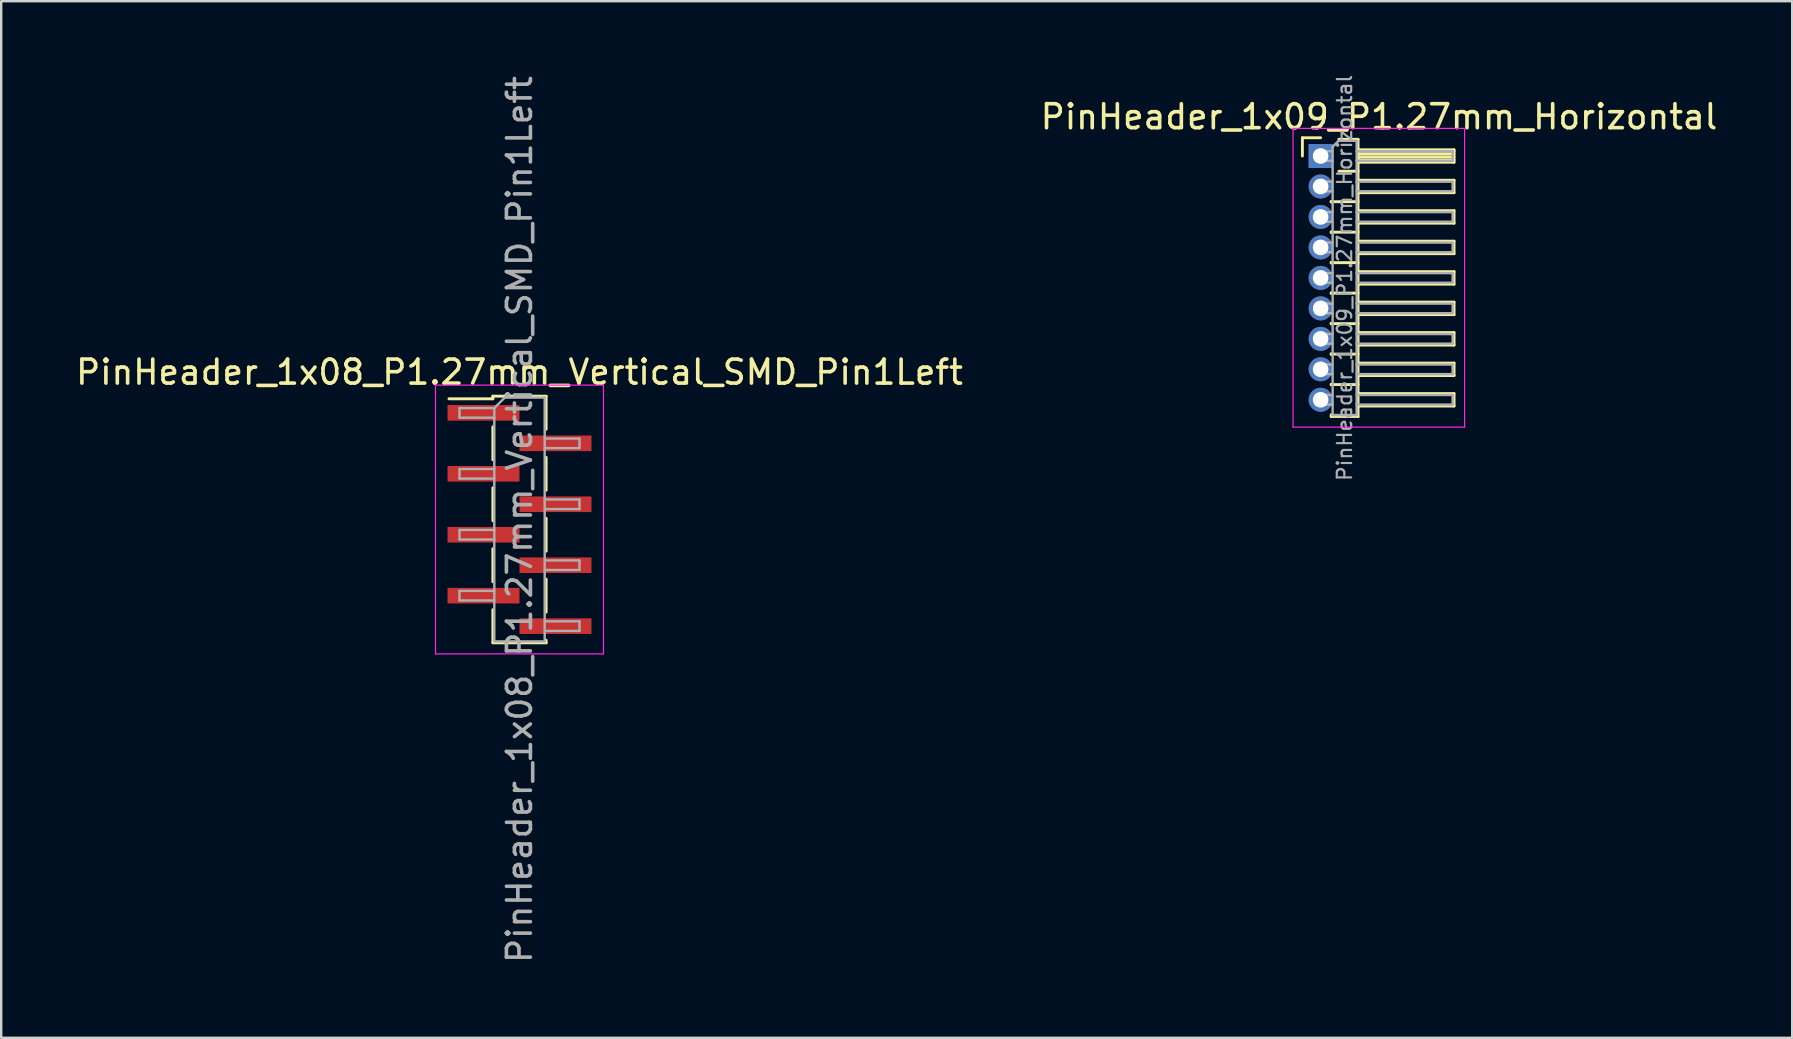
<source format=kicad_pcb>
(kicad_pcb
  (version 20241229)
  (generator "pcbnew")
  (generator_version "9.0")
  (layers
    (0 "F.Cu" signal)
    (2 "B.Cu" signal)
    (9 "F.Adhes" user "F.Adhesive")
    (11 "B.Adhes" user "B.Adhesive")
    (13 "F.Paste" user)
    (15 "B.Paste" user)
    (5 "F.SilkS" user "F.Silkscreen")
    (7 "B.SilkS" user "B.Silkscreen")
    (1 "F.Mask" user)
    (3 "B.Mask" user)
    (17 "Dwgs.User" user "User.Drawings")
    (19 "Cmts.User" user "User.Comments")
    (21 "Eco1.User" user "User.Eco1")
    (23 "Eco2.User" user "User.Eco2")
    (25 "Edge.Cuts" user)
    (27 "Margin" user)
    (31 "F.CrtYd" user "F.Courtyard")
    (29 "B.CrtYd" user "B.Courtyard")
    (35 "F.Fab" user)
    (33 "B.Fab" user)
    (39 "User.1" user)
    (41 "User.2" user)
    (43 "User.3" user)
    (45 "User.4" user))
  (footprint "PinHeader_1x09_P1.27mm_Horizontal"
    (layer "F.Cu")
    (at 51.99 3.452)
    (property "Reference" "PinHeader_1x09_P1.27mm_Horizontal" (at 2.433 -1.635 0) (layer "F.SilkS") (effects (font (size 1 1) (thickness 0.15))))
    (attr through_hole)
    (fp_line (start -0.76 -0.76) (end 0 -0.76) (stroke (width 0.12) (type solid)) (layer "F.SilkS"))
    (fp_line (start -0.76 0) (end -0.76 -0.76) (stroke (width 0.12) (type solid)) (layer "F.SilkS"))
    (fp_line (start 0.44 1.89) (end 0.44 1.92) (stroke (width 0.12) (type solid)) (layer "F.SilkS"))
    (fp_line (start 0.44 1.905) (end 1.56 1.905) (stroke (width 0.12) (type solid)) (layer "F.SilkS"))
    (fp_line (start 0.44 3.16) (end 0.44 3.19) (stroke (width 0.12) (type solid)) (layer "F.SilkS"))
    (fp_line (start 0.44 3.175) (end 1.56 3.175) (stroke (width 0.12) (type solid)) (layer "F.SilkS"))
    (fp_line (start 0.44 4.43) (end 0.44 4.46) (stroke (width 0.12) (type solid)) (layer "F.SilkS"))
    (fp_line (start 0.44 4.445) (end 1.56 4.445) (stroke (width 0.12) (type solid)) (layer "F.SilkS"))
    (fp_line (start 0.44 5.7) (end 0.44 5.73) (stroke (width 0.12) (type solid)) (layer "F.SilkS"))
    (fp_line (start 0.44 5.715) (end 1.56 5.715) (stroke (width 0.12) (type solid)) (layer "F.SilkS"))
    (fp_line (start 0.44 6.97) (end 0.44 7) (stroke (width 0.12) (type solid)) (layer "F.SilkS"))
    (fp_line (start 0.44 6.985) (end 1.56 6.985) (stroke (width 0.12) (type solid)) (layer "F.SilkS"))
    (fp_line (start 0.44 8.24) (end 0.44 8.27) (stroke (width 0.12) (type solid)) (layer "F.SilkS"))
    (fp_line (start 0.44 8.255) (end 1.56 8.255) (stroke (width 0.12) (type solid)) (layer "F.SilkS"))
    (fp_line (start 0.44 9.51) (end 0.44 9.54) (stroke (width 0.12) (type solid)) (layer "F.SilkS"))
    (fp_line (start 0.44 9.525) (end 1.56 9.525) (stroke (width 0.12) (type solid)) (layer "F.SilkS"))
    (fp_line (start 0.44 10.855) (end 0.44 10.78) (stroke (width 0.12) (type solid)) (layer "F.SilkS"))
    (fp_line (start 0.76 -0.695) (end 1.56 -0.695) (stroke (width 0.12) (type solid)) (layer "F.SilkS"))
    (fp_line (start 0.76 0.635) (end 1.56 0.635) (stroke (width 0.12) (type solid)) (layer "F.SilkS"))
    (fp_line (start 1.56 -0.695) (end 1.56 10.855) (stroke (width 0.12) (type solid)) (layer "F.SilkS"))
    (fp_line (start 1.56 -0.26) (end 5.56 -0.26) (stroke (width 0.12) (type solid)) (layer "F.SilkS"))
    (fp_line (start 1.56 -0.2) (end 5.56 -0.2) (stroke (width 0.12) (type solid)) (layer "F.SilkS"))
    (fp_line (start 1.56 -0.08) (end 5.56 -0.08) (stroke (width 0.12) (type solid)) (layer "F.SilkS"))
    (fp_line (start 1.56 0.04) (end 5.56 0.04) (stroke (width 0.12) (type solid)) (layer "F.SilkS"))
    (fp_line (start 1.56 0.16) (end 5.56 0.16) (stroke (width 0.12) (type solid)) (layer "F.SilkS"))
    (fp_line (start 1.56 1.01) (end 5.56 1.01) (stroke (width 0.12) (type solid)) (layer "F.SilkS"))
    (fp_line (start 1.56 2.28) (end 5.56 2.28) (stroke (width 0.12) (type solid)) (layer "F.SilkS"))
    (fp_line (start 1.56 3.55) (end 5.56 3.55) (stroke (width 0.12) (type solid)) (layer "F.SilkS"))
    (fp_line (start 1.56 4.82) (end 5.56 4.82) (stroke (width 0.12) (type solid)) (layer "F.SilkS"))
    (fp_line (start 1.56 6.09) (end 5.56 6.09) (stroke (width 0.12) (type solid)) (layer "F.SilkS"))
    (fp_line (start 1.56 7.36) (end 5.56 7.36) (stroke (width 0.12) (type solid)) (layer "F.SilkS"))
    (fp_line (start 1.56 8.63) (end 5.56 8.63) (stroke (width 0.12) (type solid)) (layer "F.SilkS"))
    (fp_line (start 1.56 9.9) (end 5.56 9.9) (stroke (width 0.12) (type solid)) (layer "F.SilkS"))
    (fp_line (start 1.56 10.855) (end 0.44 10.855) (stroke (width 0.12) (type solid)) (layer "F.SilkS"))
    (fp_line (start 5.56 -0.26) (end 5.56 0.26) (stroke (width 0.12) (type solid)) (layer "F.SilkS"))
    (fp_line (start 5.56 0.26) (end 1.56 0.26) (stroke (width 0.12) (type solid)) (layer "F.SilkS"))
    (fp_line (start 5.56 1.01) (end 5.56 1.53) (stroke (width 0.12) (type solid)) (layer "F.SilkS"))
    (fp_line (start 5.56 1.53) (end 1.56 1.53) (stroke (width 0.12) (type solid)) (layer "F.SilkS"))
    (fp_line (start 5.56 2.28) (end 5.56 2.8) (stroke (width 0.12) (type solid)) (layer "F.SilkS"))
    (fp_line (start 5.56 2.8) (end 1.56 2.8) (stroke (width 0.12) (type solid)) (layer "F.SilkS"))
    (fp_line (start 5.56 3.55) (end 5.56 4.07) (stroke (width 0.12) (type solid)) (layer "F.SilkS"))
    (fp_line (start 5.56 4.07) (end 1.56 4.07) (stroke (width 0.12) (type solid)) (layer "F.SilkS"))
    (fp_line (start 5.56 4.82) (end 5.56 5.34) (stroke (width 0.12) (type solid)) (layer "F.SilkS"))
    (fp_line (start 5.56 5.34) (end 1.56 5.34) (stroke (width 0.12) (type solid)) (layer "F.SilkS"))
    (fp_line (start 5.56 6.09) (end 5.56 6.61) (stroke (width 0.12) (type solid)) (layer "F.SilkS"))
    (fp_line (start 5.56 6.61) (end 1.56 6.61) (stroke (width 0.12) (type solid)) (layer "F.SilkS"))
    (fp_line (start 5.56 7.36) (end 5.56 7.88) (stroke (width 0.12) (type solid)) (layer "F.SilkS"))
    (fp_line (start 5.56 7.88) (end 1.56 7.88) (stroke (width 0.12) (type solid)) (layer "F.SilkS"))
    (fp_line (start 5.56 8.63) (end 5.56 9.15) (stroke (width 0.12) (type solid)) (layer "F.SilkS"))
    (fp_line (start 5.56 9.15) (end 1.56 9.15) (stroke (width 0.12) (type solid)) (layer "F.SilkS"))
    (fp_line (start 5.56 9.9) (end 5.56 10.42) (stroke (width 0.12) (type solid)) (layer "F.SilkS"))
    (fp_line (start 5.56 10.42) (end 1.56 10.42) (stroke (width 0.12) (type solid)) (layer "F.SilkS"))
    (fp_line (start -1.15 -1.15) (end -1.15 11.3) (stroke (width 0.05) (type solid)) (layer "F.CrtYd"))
    (fp_line (start -1.15 11.3) (end 6 11.3) (stroke (width 0.05) (type solid)) (layer "F.CrtYd"))
    (fp_line (start 6 -1.15) (end -1.15 -1.15) (stroke (width 0.05) (type solid)) (layer "F.CrtYd"))
    (fp_line (start 6 11.3) (end 6 -1.15) (stroke (width 0.05) (type solid)) (layer "F.CrtYd"))
    (fp_line (start -0.2 -0.2) (end -0.2 0.2) (stroke (width 0.1) (type solid)) (layer "F.Fab"))
    (fp_line (start -0.2 -0.2) (end 0.5 -0.2) (stroke (width 0.1) (type solid)) (layer "F.Fab"))
    (fp_line (start -0.2 0.2) (end 0.5 0.2) (stroke (width 0.1) (type solid)) (layer "F.Fab"))
    (fp_line (start -0.2 1.07) (end -0.2 1.47) (stroke (width 0.1) (type solid)) (layer "F.Fab"))
    (fp_line (start -0.2 1.07) (end 0.5 1.07) (stroke (width 0.1) (type solid)) (layer "F.Fab"))
    (fp_line (start -0.2 1.47) (end 0.5 1.47) (stroke (width 0.1) (type solid)) (layer "F.Fab"))
    (fp_line (start -0.2 2.34) (end -0.2 2.74) (stroke (width 0.1) (type solid)) (layer "F.Fab"))
    (fp_line (start -0.2 2.34) (end 0.5 2.34) (stroke (width 0.1) (type solid)) (layer "F.Fab"))
    (fp_line (start -0.2 2.74) (end 0.5 2.74) (stroke (width 0.1) (type solid)) (layer "F.Fab"))
    (fp_line (start -0.2 3.61) (end -0.2 4.01) (stroke (width 0.1) (type solid)) (layer "F.Fab"))
    (fp_line (start -0.2 3.61) (end 0.5 3.61) (stroke (width 0.1) (type solid)) (layer "F.Fab"))
    (fp_line (start -0.2 4.01) (end 0.5 4.01) (stroke (width 0.1) (type solid)) (layer "F.Fab"))
    (fp_line (start -0.2 4.88) (end -0.2 5.28) (stroke (width 0.1) (type solid)) (layer "F.Fab"))
    (fp_line (start -0.2 4.88) (end 0.5 4.88) (stroke (width 0.1) (type solid)) (layer "F.Fab"))
    (fp_line (start -0.2 5.28) (end 0.5 5.28) (stroke (width 0.1) (type solid)) (layer "F.Fab"))
    (fp_line (start -0.2 6.15) (end -0.2 6.55) (stroke (width 0.1) (type solid)) (layer "F.Fab"))
    (fp_line (start -0.2 6.15) (end 0.5 6.15) (stroke (width 0.1) (type solid)) (layer "F.Fab"))
    (fp_line (start -0.2 6.55) (end 0.5 6.55) (stroke (width 0.1) (type solid)) (layer "F.Fab"))
    (fp_line (start -0.2 7.42) (end -0.2 7.82) (stroke (width 0.1) (type solid)) (layer "F.Fab"))
    (fp_line (start -0.2 7.42) (end 0.5 7.42) (stroke (width 0.1) (type solid)) (layer "F.Fab"))
    (fp_line (start -0.2 7.82) (end 0.5 7.82) (stroke (width 0.1) (type solid)) (layer "F.Fab"))
    (fp_line (start -0.2 8.69) (end -0.2 9.09) (stroke (width 0.1) (type solid)) (layer "F.Fab"))
    (fp_line (start -0.2 8.69) (end 0.5 8.69) (stroke (width 0.1) (type solid)) (layer "F.Fab"))
    (fp_line (start -0.2 9.09) (end 0.5 9.09) (stroke (width 0.1) (type solid)) (layer "F.Fab"))
    (fp_line (start -0.2 9.96) (end -0.2 10.36) (stroke (width 0.1) (type solid)) (layer "F.Fab"))
    (fp_line (start -0.2 9.96) (end 0.5 9.96) (stroke (width 0.1) (type solid)) (layer "F.Fab"))
    (fp_line (start -0.2 10.36) (end 0.5 10.36) (stroke (width 0.1) (type solid)) (layer "F.Fab"))
    (fp_line (start 0.5 -0.385) (end 0.75 -0.635) (stroke (width 0.1) (type solid)) (layer "F.Fab"))
    (fp_line (start 0.5 10.795) (end 0.5 -0.385) (stroke (width 0.1) (type solid)) (layer "F.Fab"))
    (fp_line (start 0.75 -0.635) (end 1.5 -0.635) (stroke (width 0.1) (type solid)) (layer "F.Fab"))
    (fp_line (start 1.5 -0.635) (end 1.5 10.795) (stroke (width 0.1) (type solid)) (layer "F.Fab"))
    (fp_line (start 1.5 -0.2) (end 5.5 -0.2) (stroke (width 0.1) (type solid)) (layer "F.Fab"))
    (fp_line (start 1.5 0.2) (end 5.5 0.2) (stroke (width 0.1) (type solid)) (layer "F.Fab"))
    (fp_line (start 1.5 1.07) (end 5.5 1.07) (stroke (width 0.1) (type solid)) (layer "F.Fab"))
    (fp_line (start 1.5 1.47) (end 5.5 1.47) (stroke (width 0.1) (type solid)) (layer "F.Fab"))
    (fp_line (start 1.5 2.34) (end 5.5 2.34) (stroke (width 0.1) (type solid)) (layer "F.Fab"))
    (fp_line (start 1.5 2.74) (end 5.5 2.74) (stroke (width 0.1) (type solid)) (layer "F.Fab"))
    (fp_line (start 1.5 3.61) (end 5.5 3.61) (stroke (width 0.1) (type solid)) (layer "F.Fab"))
    (fp_line (start 1.5 4.01) (end 5.5 4.01) (stroke (width 0.1) (type solid)) (layer "F.Fab"))
    (fp_line (start 1.5 4.88) (end 5.5 4.88) (stroke (width 0.1) (type solid)) (layer "F.Fab"))
    (fp_line (start 1.5 5.28) (end 5.5 5.28) (stroke (width 0.1) (type solid)) (layer "F.Fab"))
    (fp_line (start 1.5 6.15) (end 5.5 6.15) (stroke (width 0.1) (type solid)) (layer "F.Fab"))
    (fp_line (start 1.5 6.55) (end 5.5 6.55) (stroke (width 0.1) (type solid)) (layer "F.Fab"))
    (fp_line (start 1.5 7.42) (end 5.5 7.42) (stroke (width 0.1) (type solid)) (layer "F.Fab"))
    (fp_line (start 1.5 7.82) (end 5.5 7.82) (stroke (width 0.1) (type solid)) (layer "F.Fab"))
    (fp_line (start 1.5 8.69) (end 5.5 8.69) (stroke (width 0.1) (type solid)) (layer "F.Fab"))
    (fp_line (start 1.5 9.09) (end 5.5 9.09) (stroke (width 0.1) (type solid)) (layer "F.Fab"))
    (fp_line (start 1.5 9.96) (end 5.5 9.96) (stroke (width 0.1) (type solid)) (layer "F.Fab"))
    (fp_line (start 1.5 10.36) (end 5.5 10.36) (stroke (width 0.1) (type solid)) (layer "F.Fab"))
    (fp_line (start 1.5 10.795) (end 0.5 10.795) (stroke (width 0.1) (type solid)) (layer "F.Fab"))
    (fp_line (start 5.5 -0.2) (end 5.5 0.2) (stroke (width 0.1) (type solid)) (layer "F.Fab"))
    (fp_line (start 5.5 1.07) (end 5.5 1.47) (stroke (width 0.1) (type solid)) (layer "F.Fab"))
    (fp_line (start 5.5 2.34) (end 5.5 2.74) (stroke (width 0.1) (type solid)) (layer "F.Fab"))
    (fp_line (start 5.5 3.61) (end 5.5 4.01) (stroke (width 0.1) (type solid)) (layer "F.Fab"))
    (fp_line (start 5.5 4.88) (end 5.5 5.28) (stroke (width 0.1) (type solid)) (layer "F.Fab"))
    (fp_line (start 5.5 6.15) (end 5.5 6.55) (stroke (width 0.1) (type solid)) (layer "F.Fab"))
    (fp_line (start 5.5 7.42) (end 5.5 7.82) (stroke (width 0.1) (type solid)) (layer "F.Fab"))
    (fp_line (start 5.5 8.69) (end 5.5 9.09) (stroke (width 0.1) (type solid)) (layer "F.Fab"))
    (fp_line (start 5.5 9.96) (end 5.5 10.36) (stroke (width 0.1) (type solid)) (layer "F.Fab"))
    (fp_text user "${REFERENCE}" (at 1 5.08 90) (layer "F.Fab") (effects (font (size 0.6 0.6) (thickness 0.09))))
    (pad "1" thru_hole rect (at 0 0) (size 1 1) (drill 0.65) (layers "*.Cu" "*.Mask"))
    (pad "2" thru_hole oval (at 0 1.27) (size 1 1) (drill 0.65) (layers "*.Cu" "*.Mask"))
    (pad "3" thru_hole oval (at 0 2.54) (size 1 1) (drill 0.65) (layers "*.Cu" "*.Mask"))
    (pad "4" thru_hole oval (at 0 3.81) (size 1 1) (drill 0.65) (layers "*.Cu" "*.Mask"))
    (pad "5" thru_hole oval (at 0 5.08) (size 1 1) (drill 0.65) (layers "*.Cu" "*.Mask"))
    (pad "6" thru_hole oval (at 0 6.35) (size 1 1) (drill 0.65) (layers "*.Cu" "*.Mask"))
    (pad "7" thru_hole oval (at 0 7.62) (size 1 1) (drill 0.65) (layers "*.Cu" "*.Mask"))
    (pad "8" thru_hole oval (at 0 8.89) (size 1 1) (drill 0.65) (layers "*.Cu" "*.Mask"))
    (pad "9" thru_hole oval (at 0 10.16) (size 1 1) (drill 0.65) (layers "*.Cu" "*.Mask")))
  (footprint "PinHeader_1x08_P1.27mm_Vertical_SMD_Pin1Left"
    (layer "F.Cu")
    (at 18.601 18.601)
    (property "Reference" "PinHeader_1x08_P1.27mm_Vertical_SMD_Pin1Left" (at 0 -6.14 0) (layer "F.SilkS") (effects (font (size 1 1) (thickness 0.15))))
    (attr smd)
    (fp_line (start -1.11 -5.14) (end -1.11 -5.03) (stroke (width 0.12) (type solid)) (layer "F.SilkS"))
    (fp_line (start -1.11 -5.14) (end 1.11 -5.14) (stroke (width 0.12) (type solid)) (layer "F.SilkS"))
    (fp_line (start -1.11 -5.03) (end -2.94 -5.03) (stroke (width 0.12) (type solid)) (layer "F.SilkS"))
    (fp_line (start -1.11 -3.86) (end -1.11 -2.49) (stroke (width 0.12) (type solid)) (layer "F.SilkS"))
    (fp_line (start -1.11 -1.32) (end -1.11 0.05) (stroke (width 0.12) (type solid)) (layer "F.SilkS"))
    (fp_line (start -1.11 1.22) (end -1.11 2.59) (stroke (width 0.12) (type solid)) (layer "F.SilkS"))
    (fp_line (start -1.11 3.76) (end -1.11 5.13) (stroke (width 0.12) (type solid)) (layer "F.SilkS"))
    (fp_line (start -1.11 5.14) (end 1.11 5.14) (stroke (width 0.12) (type solid)) (layer "F.SilkS"))
    (fp_line (start 1.11 -5.13) (end 1.11 -3.76) (stroke (width 0.12) (type solid)) (layer "F.SilkS"))
    (fp_line (start 1.11 -2.59) (end 1.11 -1.22) (stroke (width 0.12) (type solid)) (layer "F.SilkS"))
    (fp_line (start 1.11 -0.05) (end 1.11 1.32) (stroke (width 0.12) (type solid)) (layer "F.SilkS"))
    (fp_line (start 1.11 2.49) (end 1.11 3.86) (stroke (width 0.12) (type solid)) (layer "F.SilkS"))
    (fp_line (start 1.11 5.03) (end 1.11 5.14) (stroke (width 0.12) (type solid)) (layer "F.SilkS"))
    (fp_line (start -3.5 -5.6) (end -3.5 5.6) (stroke (width 0.05) (type solid)) (layer "F.CrtYd"))
    (fp_line (start -3.5 5.6) (end 3.5 5.6) (stroke (width 0.05) (type solid)) (layer "F.CrtYd"))
    (fp_line (start 3.5 -5.6) (end -3.5 -5.6) (stroke (width 0.05) (type solid)) (layer "F.CrtYd"))
    (fp_line (start 3.5 5.6) (end 3.5 -5.6) (stroke (width 0.05) (type solid)) (layer "F.CrtYd"))
    (fp_line (start -2.5 -4.645) (end -2.5 -4.245) (stroke (width 0.1) (type solid)) (layer "F.Fab"))
    (fp_line (start -2.5 -4.245) (end -1.05 -4.245) (stroke (width 0.1) (type solid)) (layer "F.Fab"))
    (fp_line (start -2.5 -2.105) (end -2.5 -1.705) (stroke (width 0.1) (type solid)) (layer "F.Fab"))
    (fp_line (start -2.5 -1.705) (end -1.05 -1.705) (stroke (width 0.1) (type solid)) (layer "F.Fab"))
    (fp_line (start -2.5 0.435) (end -2.5 0.835) (stroke (width 0.1) (type solid)) (layer "F.Fab"))
    (fp_line (start -2.5 0.835) (end -1.05 0.835) (stroke (width 0.1) (type solid)) (layer "F.Fab"))
    (fp_line (start -2.5 2.975) (end -2.5 3.375) (stroke (width 0.1) (type solid)) (layer "F.Fab"))
    (fp_line (start -2.5 3.375) (end -1.05 3.375) (stroke (width 0.1) (type solid)) (layer "F.Fab"))
    (fp_line (start -1.05 -4.645) (end -2.5 -4.645) (stroke (width 0.1) (type solid)) (layer "F.Fab"))
    (fp_line (start -1.05 -4.645) (end -0.615 -5.08) (stroke (width 0.1) (type solid)) (layer "F.Fab"))
    (fp_line (start -1.05 -2.105) (end -2.5 -2.105) (stroke (width 0.1) (type solid)) (layer "F.Fab"))
    (fp_line (start -1.05 0.435) (end -2.5 0.435) (stroke (width 0.1) (type solid)) (layer "F.Fab"))
    (fp_line (start -1.05 2.975) (end -2.5 2.975) (stroke (width 0.1) (type solid)) (layer "F.Fab"))
    (fp_line (start -1.05 5.08) (end -1.05 -4.645) (stroke (width 0.1) (type solid)) (layer "F.Fab"))
    (fp_line (start -0.615 -5.08) (end 1.05 -5.08) (stroke (width 0.1) (type solid)) (layer "F.Fab"))
    (fp_line (start 1.05 -5.08) (end 1.05 5.08) (stroke (width 0.1) (type solid)) (layer "F.Fab"))
    (fp_line (start 1.05 -3.375) (end 2.5 -3.375) (stroke (width 0.1) (type solid)) (layer "F.Fab"))
    (fp_line (start 1.05 -0.835) (end 2.5 -0.835) (stroke (width 0.1) (type solid)) (layer "F.Fab"))
    (fp_line (start 1.05 1.705) (end 2.5 1.705) (stroke (width 0.1) (type solid)) (layer "F.Fab"))
    (fp_line (start 1.05 4.245) (end 2.5 4.245) (stroke (width 0.1) (type solid)) (layer "F.Fab"))
    (fp_line (start 1.05 5.08) (end -1.05 5.08) (stroke (width 0.1) (type solid)) (layer "F.Fab"))
    (fp_line (start 2.5 -3.375) (end 2.5 -2.975) (stroke (width 0.1) (type solid)) (layer "F.Fab"))
    (fp_line (start 2.5 -2.975) (end 1.05 -2.975) (stroke (width 0.1) (type solid)) (layer "F.Fab"))
    (fp_line (start 2.5 -0.835) (end 2.5 -0.435) (stroke (width 0.1) (type solid)) (layer "F.Fab"))
    (fp_line (start 2.5 -0.435) (end 1.05 -0.435) (stroke (width 0.1) (type solid)) (layer "F.Fab"))
    (fp_line (start 2.5 1.705) (end 2.5 2.105) (stroke (width 0.1) (type solid)) (layer "F.Fab"))
    (fp_line (start 2.5 2.105) (end 1.05 2.105) (stroke (width 0.1) (type solid)) (layer "F.Fab"))
    (fp_line (start 2.5 4.245) (end 2.5 4.645) (stroke (width 0.1) (type solid)) (layer "F.Fab"))
    (fp_line (start 2.5 4.645) (end 1.05 4.645) (stroke (width 0.1) (type solid)) (layer "F.Fab"))
    (fp_text user "${REFERENCE}" (at 0 0 90) (layer "F.Fab") (effects (font (size 1 1) (thickness 0.15))))
    (pad "1" smd rect (at -1.5 -4.445) (size 3 0.65) (layers "F.Cu" "F.Mask" "F.Paste"))
    (pad "2" smd rect (at 1.5 -3.175) (size 3 0.65) (layers "F.Cu" "F.Mask" "F.Paste"))
    (pad "3" smd rect (at -1.5 -1.905) (size 3 0.65) (layers "F.Cu" "F.Mask" "F.Paste"))
    (pad "4" smd rect (at 1.5 -0.635) (size 3 0.65) (layers "F.Cu" "F.Mask" "F.Paste"))
    (pad "5" smd rect (at -1.5 0.635) (size 3 0.65) (layers "F.Cu" "F.Mask" "F.Paste"))
    (pad "6" smd rect (at 1.5 1.905) (size 3 0.65) (layers "F.Cu" "F.Mask" "F.Paste"))
    (pad "7" smd rect (at -1.5 3.175) (size 3 0.65) (layers "F.Cu" "F.Mask" "F.Paste"))
    (pad "8" smd rect (at 1.5 4.445) (size 3 0.65) (layers "F.Cu" "F.Mask" "F.Paste")))
  (gr_rect
    (start -3 -3)
    (end 71.643 40.202)
    (stroke (width 0.1) (type default))
    (fill no)
    (layer "Edge.Cuts")))
</source>
